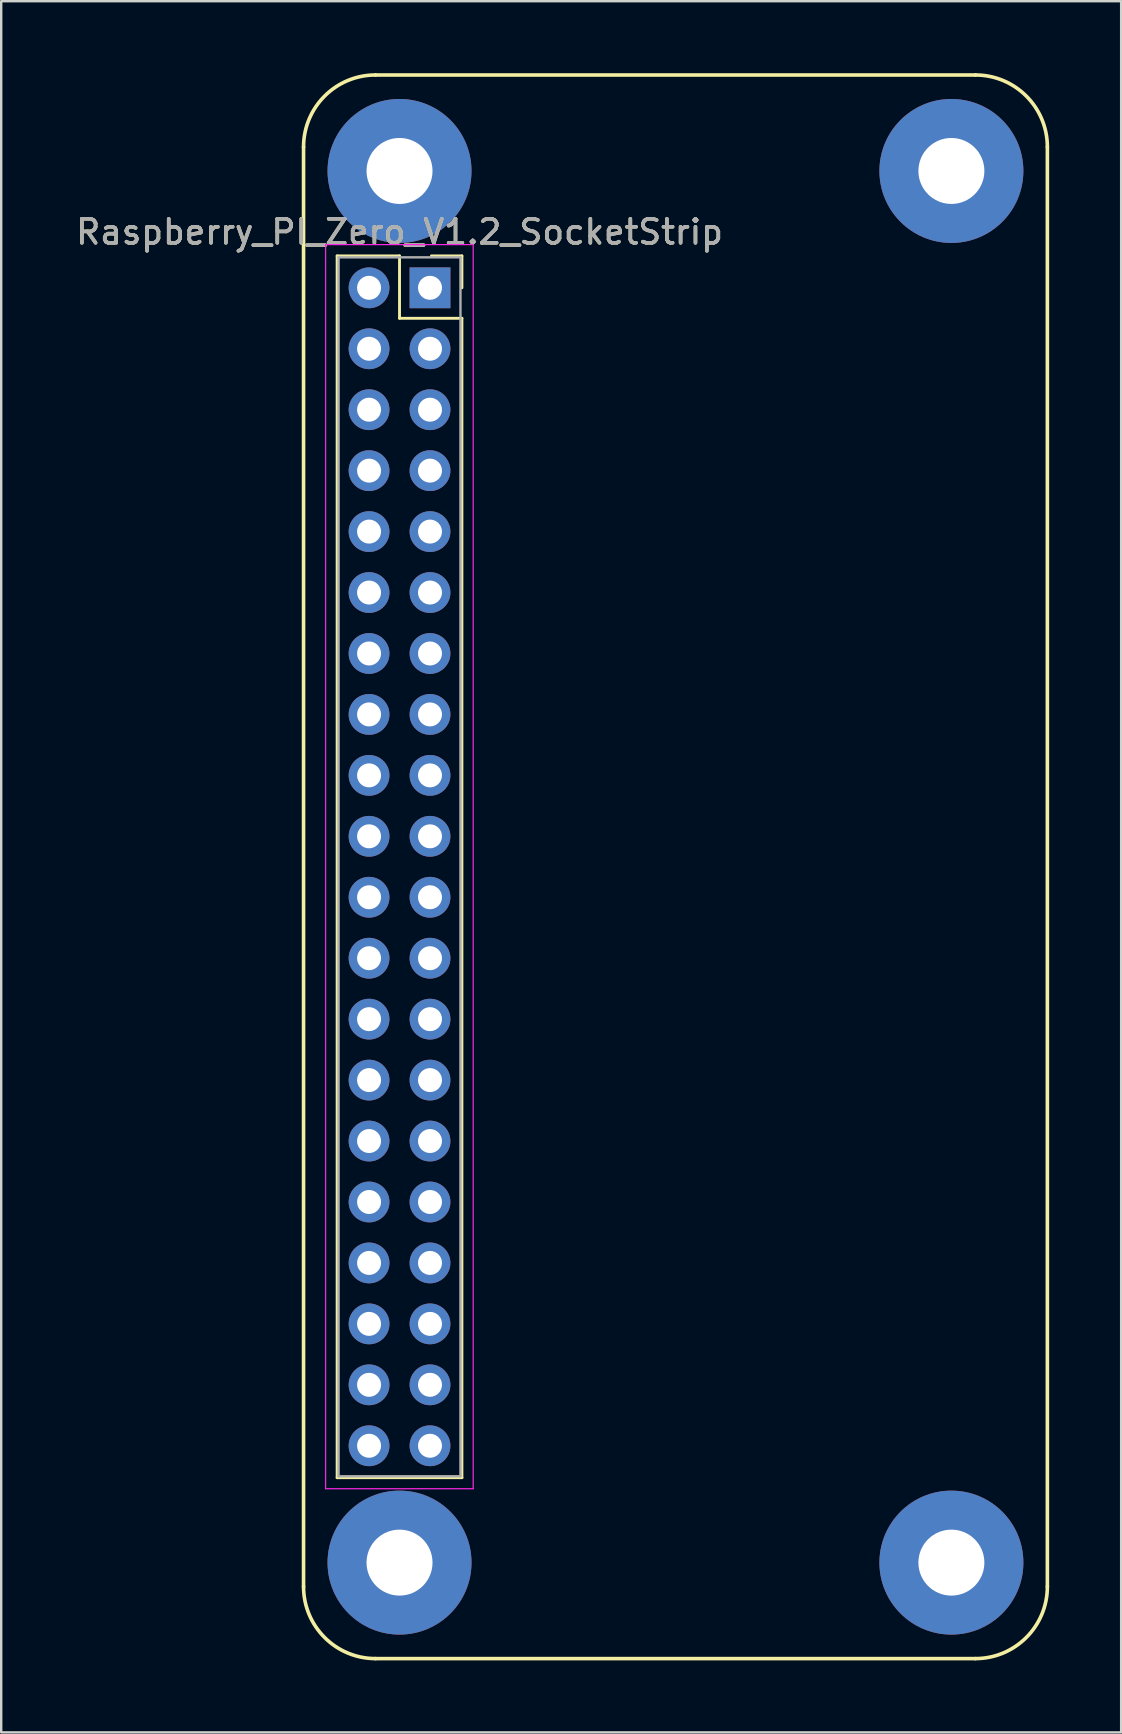
<source format=kicad_pcb>
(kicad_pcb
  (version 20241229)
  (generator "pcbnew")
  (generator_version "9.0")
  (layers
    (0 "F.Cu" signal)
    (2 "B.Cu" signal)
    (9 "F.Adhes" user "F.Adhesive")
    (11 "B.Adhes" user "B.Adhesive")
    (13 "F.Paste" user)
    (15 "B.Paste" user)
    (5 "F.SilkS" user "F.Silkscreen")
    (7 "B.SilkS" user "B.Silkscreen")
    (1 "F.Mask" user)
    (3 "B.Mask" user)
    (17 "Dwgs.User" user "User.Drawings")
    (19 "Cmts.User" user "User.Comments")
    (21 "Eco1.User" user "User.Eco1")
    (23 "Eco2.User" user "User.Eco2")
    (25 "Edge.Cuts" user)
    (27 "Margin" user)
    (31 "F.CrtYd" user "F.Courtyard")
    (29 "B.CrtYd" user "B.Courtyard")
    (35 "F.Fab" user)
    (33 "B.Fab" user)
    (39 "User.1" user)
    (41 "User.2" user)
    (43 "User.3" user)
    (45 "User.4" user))
  (footprint "Raspberry_PI_Zero_V1.2_SocketStrip"
    (layer "F.Cu")
    (at 14.871 8.945)
    (property "Reference" "Raspberry_PI_Zero_V1.2_SocketStrip" (at -1.27 -2.33 0) (layer "F.SilkS") (effects (font (size 1 1) (thickness 0.15))))
    (attr through_hole)
    (fp_line (start -5.27 54.13) (end -5.27 -5.87) (stroke (width 0.15) (type solid)) (layer "F.SilkS"))
    (fp_line (start -3.87 -1.33) (end -1.27 -1.33) (stroke (width 0.12) (type solid)) (layer "F.SilkS"))
    (fp_line (start -3.87 49.59) (end -3.87 -1.33) (stroke (width 0.12) (type solid)) (layer "F.SilkS"))
    (fp_line (start -2.27 -8.87) (end 22.73 -8.87) (stroke (width 0.15) (type solid)) (layer "F.SilkS"))
    (fp_line (start -1.27 -1.33) (end -1.27 1.27) (stroke (width 0.12) (type solid)) (layer "F.SilkS"))
    (fp_line (start -1.27 1.27) (end 1.33 1.27) (stroke (width 0.12) (type solid)) (layer "F.SilkS"))
    (fp_line (start 1.33 -1.33) (end 0.06 -1.33) (stroke (width 0.12) (type solid)) (layer "F.SilkS"))
    (fp_line (start 1.33 0) (end 1.33 -1.33) (stroke (width 0.12) (type solid)) (layer "F.SilkS"))
    (fp_line (start 1.33 1.27) (end 1.33 49.59) (stroke (width 0.12) (type solid)) (layer "F.SilkS"))
    (fp_line (start 1.33 49.59) (end -3.87 49.59) (stroke (width 0.12) (type solid)) (layer "F.SilkS"))
    (fp_line (start 22.73 57.13) (end -2.27 57.13) (stroke (width 0.15) (type solid)) (layer "F.SilkS"))
    (fp_line (start 25.73 -5.87) (end 25.73 54.13) (stroke (width 0.15) (type solid)) (layer "F.SilkS"))
    (fp_arc (start -5.27 -5.87) (mid -4.39132 -7.99132) (end -2.27 -8.87) (stroke (width 0.15) (type solid)) (layer "F.SilkS"))
    (fp_arc (start -2.27 57.13) (mid -4.39132 56.25132) (end -5.27 54.13) (stroke (width 0.15) (type solid)) (layer "F.SilkS"))
    (fp_arc (start 22.73 -8.87) (mid 24.85132 -7.99132) (end 25.73 -5.87) (stroke (width 0.15) (type solid)) (layer "F.SilkS"))
    (fp_arc (start 25.73 54.13) (mid 24.85132 56.25132) (end 22.73 57.13) (stroke (width 0.15) (type solid)) (layer "F.SilkS"))
    (fp_line (start -4.35 -1.8) (end -4.35 50.05) (stroke (width 0.05) (type solid)) (layer "F.CrtYd"))
    (fp_line (start -4.35 50.05) (end 1.8 50.05) (stroke (width 0.05) (type solid)) (layer "F.CrtYd"))
    (fp_line (start 1.8 -1.8) (end -4.35 -1.8) (stroke (width 0.05) (type solid)) (layer "F.CrtYd"))
    (fp_line (start 1.8 50.05) (end 1.8 -1.8) (stroke (width 0.05) (type solid)) (layer "F.CrtYd"))
    (fp_line (start -3.81 -1.27) (end -3.81 49.53) (stroke (width 0.1) (type solid)) (layer "F.Fab"))
    (fp_line (start -3.81 49.53) (end 1.27 49.53) (stroke (width 0.1) (type solid)) (layer "F.Fab"))
    (fp_line (start 1.27 -1.27) (end -3.81 -1.27) (stroke (width 0.1) (type solid)) (layer "F.Fab"))
    (fp_line (start 1.27 49.53) (end 1.27 -1.27) (stroke (width 0.1) (type solid)) (layer "F.Fab"))
    (fp_text user "${REFERENCE}" (at -1.27 -2.33 0) (layer "F.Fab") (effects (font (size 1 1) (thickness 0.15))))
    (pad "" np_thru_hole circle (at -1.27 -4.87) (size 6 6) (drill 2.75) (layers "*.Cu" "*.Mask"))
    (pad "" np_thru_hole circle (at -1.27 53.13) (size 6 6) (drill 2.75) (layers "*.Cu" "*.Mask"))
    (pad "" np_thru_hole circle (at 21.73 -4.87) (size 6 6) (drill 2.75) (layers "*.Cu" "*.Mask"))
    (pad "" np_thru_hole circle (at 21.73 53.13) (size 6 6) (drill 2.75) (layers "*.Cu" "*.Mask"))
    (pad "1" thru_hole rect (at 0 0) (size 1.7 1.7) (drill 1) (layers "*.Cu" "*.Mask"))
    (pad "2" thru_hole oval (at -2.54 0) (size 1.7 1.7) (drill 1) (layers "*.Cu" "*.Mask"))
    (pad "3" thru_hole oval (at 0 2.54) (size 1.7 1.7) (drill 1) (layers "*.Cu" "*.Mask"))
    (pad "4" thru_hole oval (at -2.54 2.54) (size 1.7 1.7) (drill 1) (layers "*.Cu" "*.Mask"))
    (pad "5" thru_hole oval (at 0 5.08) (size 1.7 1.7) (drill 1) (layers "*.Cu" "*.Mask"))
    (pad "6" thru_hole oval (at -2.54 5.08) (size 1.7 1.7) (drill 1) (layers "*.Cu" "*.Mask"))
    (pad "7" thru_hole oval (at 0 7.62) (size 1.7 1.7) (drill 1) (layers "*.Cu" "*.Mask"))
    (pad "8" thru_hole oval (at -2.54 7.62) (size 1.7 1.7) (drill 1) (layers "*.Cu" "*.Mask"))
    (pad "9" thru_hole oval (at 0 10.16) (size 1.7 1.7) (drill 1) (layers "*.Cu" "*.Mask"))
    (pad "10" thru_hole oval (at -2.54 10.16) (size 1.7 1.7) (drill 1) (layers "*.Cu" "*.Mask"))
    (pad "11" thru_hole oval (at 0 12.7) (size 1.7 1.7) (drill 1) (layers "*.Cu" "*.Mask"))
    (pad "12" thru_hole oval (at -2.54 12.7) (size 1.7 1.7) (drill 1) (layers "*.Cu" "*.Mask"))
    (pad "13" thru_hole oval (at 0 15.24) (size 1.7 1.7) (drill 1) (layers "*.Cu" "*.Mask"))
    (pad "14" thru_hole oval (at -2.54 15.24) (size 1.7 1.7) (drill 1) (layers "*.Cu" "*.Mask"))
    (pad "15" thru_hole oval (at 0 17.78) (size 1.7 1.7) (drill 1) (layers "*.Cu" "*.Mask"))
    (pad "16" thru_hole oval (at -2.54 17.78) (size 1.7 1.7) (drill 1) (layers "*.Cu" "*.Mask"))
    (pad "17" thru_hole oval (at 0 20.32) (size 1.7 1.7) (drill 1) (layers "*.Cu" "*.Mask"))
    (pad "18" thru_hole oval (at -2.54 20.32) (size 1.7 1.7) (drill 1) (layers "*.Cu" "*.Mask"))
    (pad "19" thru_hole oval (at 0 22.86) (size 1.7 1.7) (drill 1) (layers "*.Cu" "*.Mask"))
    (pad "20" thru_hole oval (at -2.54 22.86) (size 1.7 1.7) (drill 1) (layers "*.Cu" "*.Mask"))
    (pad "21" thru_hole oval (at 0 25.4) (size 1.7 1.7) (drill 1) (layers "*.Cu" "*.Mask"))
    (pad "22" thru_hole oval (at -2.54 25.4) (size 1.7 1.7) (drill 1) (layers "*.Cu" "*.Mask"))
    (pad "23" thru_hole oval (at 0 27.94) (size 1.7 1.7) (drill 1) (layers "*.Cu" "*.Mask"))
    (pad "24" thru_hole oval (at -2.54 27.94) (size 1.7 1.7) (drill 1) (layers "*.Cu" "*.Mask"))
    (pad "25" thru_hole oval (at 0 30.48) (size 1.7 1.7) (drill 1) (layers "*.Cu" "*.Mask"))
    (pad "26" thru_hole oval (at -2.54 30.48) (size 1.7 1.7) (drill 1) (layers "*.Cu" "*.Mask"))
    (pad "27" thru_hole oval (at 0 33.02) (size 1.7 1.7) (drill 1) (layers "*.Cu" "*.Mask"))
    (pad "28" thru_hole oval (at -2.54 33.02) (size 1.7 1.7) (drill 1) (layers "*.Cu" "*.Mask"))
    (pad "29" thru_hole oval (at 0 35.56) (size 1.7 1.7) (drill 1) (layers "*.Cu" "*.Mask"))
    (pad "30" thru_hole oval (at -2.54 35.56) (size 1.7 1.7) (drill 1) (layers "*.Cu" "*.Mask"))
    (pad "31" thru_hole oval (at 0 38.1) (size 1.7 1.7) (drill 1) (layers "*.Cu" "*.Mask"))
    (pad "32" thru_hole oval (at -2.54 38.1) (size 1.7 1.7) (drill 1) (layers "*.Cu" "*.Mask"))
    (pad "33" thru_hole oval (at 0 40.64) (size 1.7 1.7) (drill 1) (layers "*.Cu" "*.Mask"))
    (pad "34" thru_hole oval (at -2.54 40.64) (size 1.7 1.7) (drill 1) (layers "*.Cu" "*.Mask"))
    (pad "35" thru_hole oval (at 0 43.18) (size 1.7 1.7) (drill 1) (layers "*.Cu" "*.Mask"))
    (pad "36" thru_hole oval (at -2.54 43.18) (size 1.7 1.7) (drill 1) (layers "*.Cu" "*.Mask"))
    (pad "37" thru_hole oval (at 0 45.72) (size 1.7 1.7) (drill 1) (layers "*.Cu" "*.Mask"))
    (pad "38" thru_hole oval (at -2.54 45.72) (size 1.7 1.7) (drill 1) (layers "*.Cu" "*.Mask"))
    (pad "39" thru_hole oval (at 0 48.26) (size 1.7 1.7) (drill 1) (layers "*.Cu" "*.Mask"))
    (pad "40" thru_hole oval (at -2.54 48.26) (size 1.7 1.7) (drill 1) (layers "*.Cu" "*.Mask")))
  (gr_rect
    (start -3 -3)
    (end 43.676 69.15)
    (stroke (width 0.1) (type default))
    (fill no)
    (layer "Edge.Cuts")))
</source>
